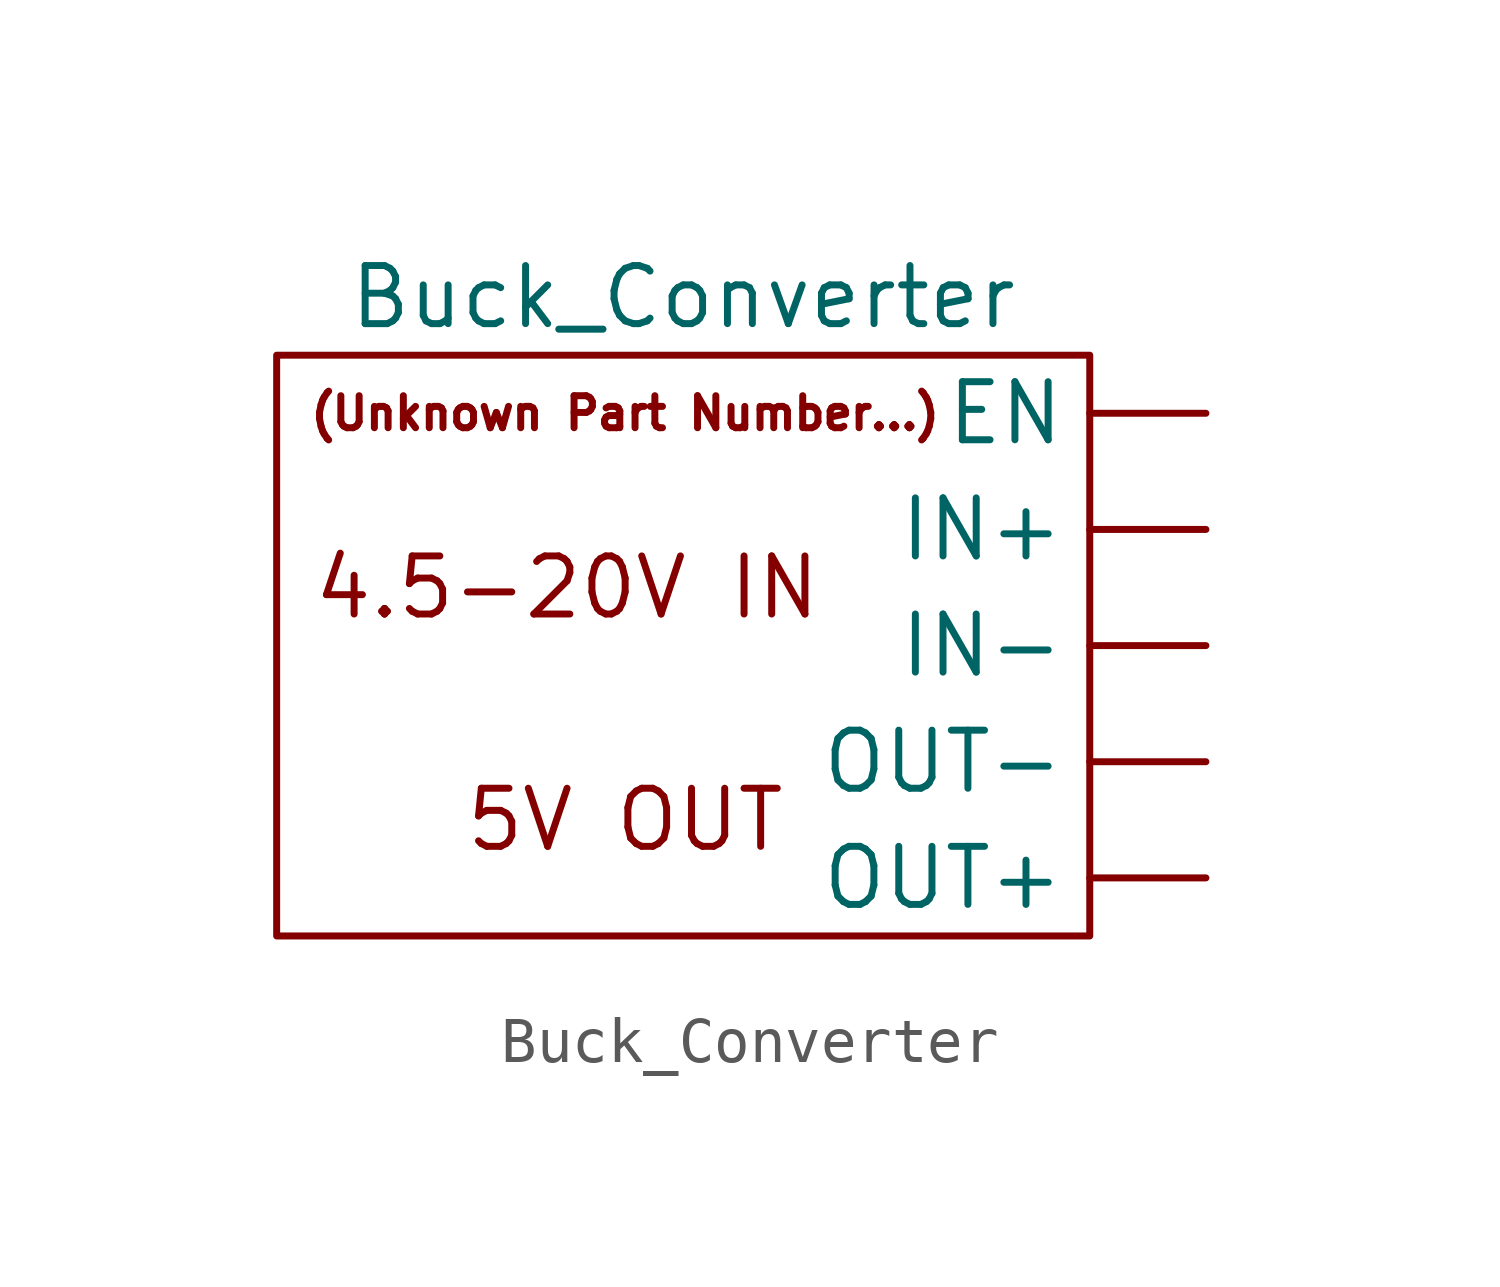
<source format=kicad_sym>
(kicad_symbol_lib
  (version 20211014)
  (generator kicad_symbol_editor)
  (symbol "Buck_Converter"
    (property "Reference" "U"
      (at -2.54 0 0)
      (effects (font (size 1.27 1.27)) hide))
    (property "Value" "Buck_Converter"
      (at 0 7.62 0)
      (effects (font (size 1.27 1.27))))
    (symbol "Buck_Converter_0_0"
      (text "(Unknown Part Number...)" (at -1.27 5.08 0) (effects (font (size 0.7 0.7))))
      (text "4.5-20V IN" (at -2.54 1.27 0) (effects (font (size 1.27 1.27))))
      (text "5V OUT" (at -1.27 -3.81 0) (effects (font (size 1.27 1.27)))))
    (symbol "Buck_Converter_0_1"
      (rectangle (start -8.89 6.35) (end 8.89 -6.35) (stroke (width 0) (type default) (color 0 0 0 0)) (fill (type none))))
    (symbol "Buck_Converter_1_1"
      (pin input line (at 11.43 5.08 180) (length 2.54) (name "EN" (effects (font (size 1.27 1.27)))) (number "" (effects (font (size 1.27 1.27)))))
      (pin input line (at 11.43 2.54 180) (length 2.54) (name "IN+" (effects (font (size 1.27 1.27)))) (number "" (effects (font (size 1.27 1.27)))))
      (pin input line (at 11.43 0 180) (length 2.54) (name "IN-" (effects (font (size 1.27 1.27)))) (number "" (effects (font (size 1.27 1.27)))))
      (pin output line (at 11.43 -5.08 180) (length 2.54) (name "OUT+" (effects (font (size 1.27 1.27)))) (number "" (effects (font (size 1.27 1.27)))))
      (pin output line (at 11.43 -2.54 180) (length 2.54) (name "OUT-" (effects (font (size 1.27 1.27)))) (number "" (effects (font (size 1.27 1.27))))))))
</source>
